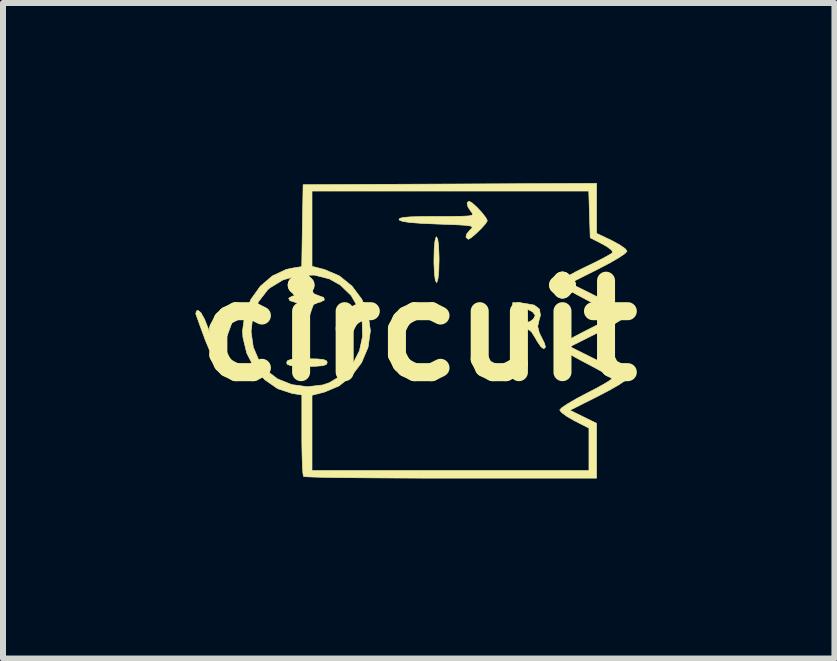
<source format=kicad_pcb>
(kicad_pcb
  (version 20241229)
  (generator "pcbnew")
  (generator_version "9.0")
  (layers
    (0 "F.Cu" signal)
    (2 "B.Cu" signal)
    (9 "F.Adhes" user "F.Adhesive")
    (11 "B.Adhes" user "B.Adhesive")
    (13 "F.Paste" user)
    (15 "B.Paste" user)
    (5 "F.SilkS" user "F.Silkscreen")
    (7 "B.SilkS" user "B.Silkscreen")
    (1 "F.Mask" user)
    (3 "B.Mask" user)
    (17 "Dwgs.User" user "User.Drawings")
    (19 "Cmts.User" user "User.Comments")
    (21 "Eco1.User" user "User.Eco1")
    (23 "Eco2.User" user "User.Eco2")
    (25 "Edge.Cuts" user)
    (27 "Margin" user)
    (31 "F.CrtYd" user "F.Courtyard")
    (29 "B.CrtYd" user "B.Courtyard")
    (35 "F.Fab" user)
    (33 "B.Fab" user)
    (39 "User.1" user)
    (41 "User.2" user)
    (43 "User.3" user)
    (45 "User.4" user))
  (footprint "circuit"
    (layer "F.Cu")
    (at 3.926 2.461)
    (property "Reference" "circuit" (at 0 0 0) (layer "F.SilkS") (effects (font (size 1.524 1.524) (thickness 0.3))))
    (attr through_hole)
    (fp_poly (pts (xy -1.689 0.469) (xy -1.585 0.48) (xy -1.535 0.501) (xy -1.524 0.529) (xy -1.54 0.562) (xy -1.598 0.581) (xy -1.713 0.591) (xy -1.863 0.593) (xy -2.036 0.59) (xy -2.141 0.579) (xy -2.191 0.557) (xy -2.201 0.529) (xy -2.185 0.497) (xy -2.128 0.477) (xy -2.013 0.468) (xy -1.863 0.466) (xy -1.689 0.469)) (stroke (width 0.01) (type solid)) (fill yes) (layer "F.SilkS"))
    (fp_poly (pts (xy 0.317 -1.526) (xy 0.331 -1.416) (xy 0.338 -1.248) (xy 0.339 -1.185) (xy 0.334 -1.003) (xy 0.322 -0.873) (xy 0.303 -0.809) (xy 0.296 -0.804) (xy 0.276 -0.844) (xy 0.262 -0.955) (xy 0.254 -1.122) (xy 0.254 -1.185) (xy 0.258 -1.368) (xy 0.271 -1.498) (xy 0.289 -1.562) (xy 0.296 -1.566) (xy 0.317 -1.526)) (stroke (width 0.01) (type solid)) (fill yes) (layer "F.SilkS"))
    (fp_poly (pts (xy -1.809 -0.788) (xy -1.786 -0.712) (xy -1.753 -0.62) (xy -1.668 -0.585) (xy -1.582 -0.555) (xy -1.572 -0.513) (xy -1.641 -0.478) (xy -1.668 -0.474) (xy -1.754 -0.437) (xy -1.786 -0.35) (xy -1.817 -0.255) (xy -1.871 -0.218) (xy -1.918 -0.239) (xy -1.941 -0.301) (xy -1.947 -0.364) (xy -1.972 -0.443) (xy -2.054 -0.473) (xy -2.147 -0.502) (xy -2.166 -0.543) (xy -2.108 -0.577) (xy -2.066 -0.585) (xy -1.976 -0.616) (xy -1.941 -0.7) (xy -1.939 -0.712) (xy -1.908 -0.799) (xy -1.863 -0.826) (xy -1.809 -0.788)) (stroke (width 0.01) (type solid)) (fill yes) (layer "F.SilkS"))
    (fp_poly (pts (xy -3.056 -0.311) (xy -3.058 -0.286) (xy -3.15 -0.031) (xy -3.219 0.155) (xy -3.27 0.282) (xy -3.309 0.362) (xy -3.34 0.405) (xy -3.368 0.421) (xy -3.387 0.423) (xy -3.436 0.396) (xy -3.492 0.308) (xy -3.558 0.15) (xy -3.578 0.095) (xy -3.636 -0.064) (xy -3.683 -0.195) (xy -3.712 -0.276) (xy -3.715 -0.286) (xy -3.7 -0.332) (xy -3.674 -0.339) (xy -3.628 -0.3) (xy -3.569 -0.194) (xy -3.517 -0.064) (xy -3.464 0.074) (xy -3.418 0.172) (xy -3.387 0.212) (xy -3.387 0.212) (xy -3.357 0.175) (xy -3.311 0.078) (xy -3.259 -0.058) (xy -3.256 -0.064) (xy -3.195 -0.214) (xy -3.138 -0.311) (xy -3.099 -0.339) (xy -3.056 -0.311)) (stroke (width 0.01) (type solid)) (fill yes) (layer "F.SilkS"))
    (fp_poly (pts (xy 0.891 -2.129) (xy 0.971 -2.057) (xy 1.055 -1.966) (xy 1.12 -1.882) (xy 1.143 -1.833) (xy 1.114 -1.785) (xy 1.044 -1.707) (xy 0.957 -1.622) (xy 0.877 -1.553) (xy 0.827 -1.524) (xy 0.827 -1.524) (xy 0.792 -1.553) (xy 0.787 -1.561) (xy 0.798 -1.612) (xy 0.852 -1.677) (xy 0.884 -1.708) (xy 0.891 -1.73) (xy 0.863 -1.746) (xy 0.79 -1.757) (xy 0.659 -1.765) (xy 0.462 -1.773) (xy 0.315 -1.778) (xy 0.046 -1.79) (xy -0.145 -1.804) (xy -0.266 -1.822) (xy -0.322 -1.844) (xy -0.328 -1.852) (xy -0.316 -1.873) (xy -0.257 -1.888) (xy -0.141 -1.898) (xy 0.041 -1.903) (xy 0.298 -1.905) (xy 0.299 -1.905) (xy 0.545 -1.905) (xy 0.716 -1.908) (xy 0.826 -1.913) (xy 0.883 -1.924) (xy 0.901 -1.941) (xy 0.889 -1.966) (xy 0.874 -1.982) (xy 0.819 -2.066) (xy 0.806 -2.133) (xy 0.838 -2.159) (xy 0.891 -2.129)) (stroke (width 0.01) (type solid)) (fill yes) (layer "F.SilkS"))
    (fp_poly (pts (xy 1.763 -0.457) (xy 1.925 -0.428) (xy 2.012 -0.362) (xy 2.028 -0.257) (xy 2.005 -0.177) (xy 1.982 -0.073) (xy 2.007 0.028) (xy 2.036 0.089) (xy 2.096 0.209) (xy 2.112 0.273) (xy 2.087 0.296) (xy 2.075 0.296) (xy 2.033 0.262) (xy 1.974 0.175) (xy 1.947 0.127) (xy 1.875 0.013) (xy 1.802 -0.037) (xy 1.756 -0.042) (xy 1.688 -0.033) (xy 1.658 0.011) (xy 1.651 0.113) (xy 1.651 0.127) (xy 1.642 0.233) (xy 1.618 0.292) (xy 1.609 0.296) (xy 1.588 0.256) (xy 1.574 0.146) (xy 1.567 -0.022) (xy 1.566 -0.087) (xy 1.566 -0.254) (xy 1.651 -0.254) (xy 1.663 -0.163) (xy 1.711 -0.13) (xy 1.752 -0.127) (xy 1.855 -0.154) (xy 1.909 -0.195) (xy 1.941 -0.255) (xy 1.906 -0.306) (xy 1.885 -0.322) (xy 1.77 -0.38) (xy 1.69 -0.367) (xy 1.653 -0.285) (xy 1.651 -0.254) (xy 1.566 -0.254) (xy 1.566 -0.47) (xy 1.763 -0.457)) (stroke (width 0.01) (type solid)) (fill yes) (layer "F.SilkS"))
    (fp_poly (pts (xy 2.963 -1.624) (xy 3.217 -1.503) (xy 3.346 -1.433) (xy 3.438 -1.369) (xy 3.471 -1.326) (xy 3.436 -1.287) (xy 3.338 -1.221) (xy 3.193 -1.136) (xy 3.014 -1.042) (xy 2.995 -1.032) (xy 2.519 -0.793) (xy 2.995 -0.556) (xy 3.176 -0.462) (xy 3.325 -0.377) (xy 3.428 -0.309) (xy 3.471 -0.268) (xy 3.471 -0.266) (xy 3.436 -0.228) (xy 3.338 -0.162) (xy 3.193 -0.077) (xy 3.015 0.017) (xy 2.995 0.026) (xy 2.519 0.265) (xy 2.995 0.502) (xy 3.176 0.596) (xy 3.325 0.681) (xy 3.428 0.749) (xy 3.471 0.79) (xy 3.471 0.793) (xy 3.436 0.831) (xy 3.338 0.897) (xy 3.193 0.981) (xy 3.014 1.075) (xy 2.995 1.085) (xy 2.519 1.324) (xy 2.741 1.433) (xy 2.963 1.542) (xy 2.963 2.455) (xy 0.536 2.455) (xy 0.091 2.455) (xy -0.329 2.453) (xy -0.716 2.451) (xy -1.063 2.448) (xy -1.361 2.445) (xy -1.603 2.441) (xy -1.782 2.436) (xy -1.889 2.431) (xy -1.919 2.427) (xy -1.929 2.377) (xy -1.937 2.258) (xy -1.943 2.084) (xy -1.947 1.87) (xy -1.947 1.734) (xy -1.947 1.069) (xy -2.111 1.043) (xy -2.351 0.964) (xy -2.564 0.816) (xy -2.74 0.614) (xy -2.865 0.373) (xy -2.929 0.108) (xy -2.934 0.014) (xy -2.793 0.014) (xy -2.757 0.271) (xy -2.656 0.509) (xy -2.548 0.651) (xy -2.353 0.801) (xy -2.113 0.897) (xy -1.854 0.932) (xy -1.598 0.902) (xy -1.491 0.866) (xy -1.265 0.731) (xy -1.097 0.548) (xy -0.987 0.332) (xy -0.936 0.096) (xy -0.942 -0.146) (xy -1.005 -0.379) (xy -1.127 -0.589) (xy -1.307 -0.763) (xy -1.491 -0.866) (xy -1.741 -0.928) (xy -2.006 -0.92) (xy -2.261 -0.848) (xy -2.48 -0.715) (xy -2.514 -0.686) (xy -2.671 -0.483) (xy -2.764 -0.244) (xy -2.793 0.014) (xy -2.934 0.014) (xy -2.935 0) (xy -2.898 -0.271) (xy -2.796 -0.523) (xy -2.639 -0.742) (xy -2.44 -0.913) (xy -2.21 -1.021) (xy -2.112 -1.043) (xy -1.949 -1.069) (xy -1.938 -1.751) (xy -1.928 -2.328) (xy -1.778 -2.328) (xy -1.778 -1.074) (xy -1.571 -1.021) (xy -1.324 -0.916) (xy -1.113 -0.746) (xy -0.948 -0.525) (xy -0.842 -0.269) (xy -0.805 0) (xy -0.844 0.275) (xy -0.952 0.531) (xy -1.118 0.751) (xy -1.33 0.92) (xy -1.571 1.021) (xy -1.778 1.074) (xy -1.778 2.328) (xy 2.836 2.328) (xy 2.836 1.622) (xy 2.593 1.498) (xy 2.468 1.426) (xy 2.38 1.361) (xy 2.349 1.32) (xy 2.385 1.281) (xy 2.482 1.216) (xy 2.626 1.132) (xy 2.789 1.046) (xy 2.961 0.957) (xy 3.101 0.879) (xy 3.193 0.821) (xy 3.224 0.792) (xy 3.186 0.761) (xy 3.088 0.701) (xy 2.945 0.621) (xy 2.787 0.538) (xy 2.615 0.446) (xy 2.472 0.364) (xy 2.376 0.302) (xy 2.341 0.27) (xy 2.371 0.235) (xy 2.463 0.173) (xy 2.604 0.092) (xy 2.779 0.001) (xy 2.789 -0.004) (xy 2.967 -0.094) (xy 3.112 -0.172) (xy 3.209 -0.231) (xy 3.246 -0.261) (xy 3.246 -0.262) (xy 3.207 -0.291) (xy 3.108 -0.35) (xy 2.964 -0.429) (xy 2.797 -0.516) (xy 2.622 -0.609) (xy 2.476 -0.693) (xy 2.376 -0.758) (xy 2.338 -0.794) (xy 2.368 -0.835) (xy 2.468 -0.902) (xy 2.63 -0.99) (xy 2.766 -1.057) (xy 2.944 -1.143) (xy 3.092 -1.219) (xy 3.194 -1.277) (xy 3.234 -1.306) (xy 3.214 -1.344) (xy 3.135 -1.403) (xy 3.058 -1.447) (xy 2.857 -1.55) (xy 2.833 -2.328) (xy -1.778 -2.328) (xy -1.928 -2.328) (xy -1.926 -2.434) (xy 2.963 -2.456) (xy 2.963 -1.624)) (stroke (width 0.01) (type solid)) (fill yes) (layer "F.SilkS")))
  (gr_rect
    (start -3 -3)
    (end 10.852 7.921)
    (stroke (width 0.1) (type default))
    (fill no)
    (layer "Edge.Cuts")))
</source>
